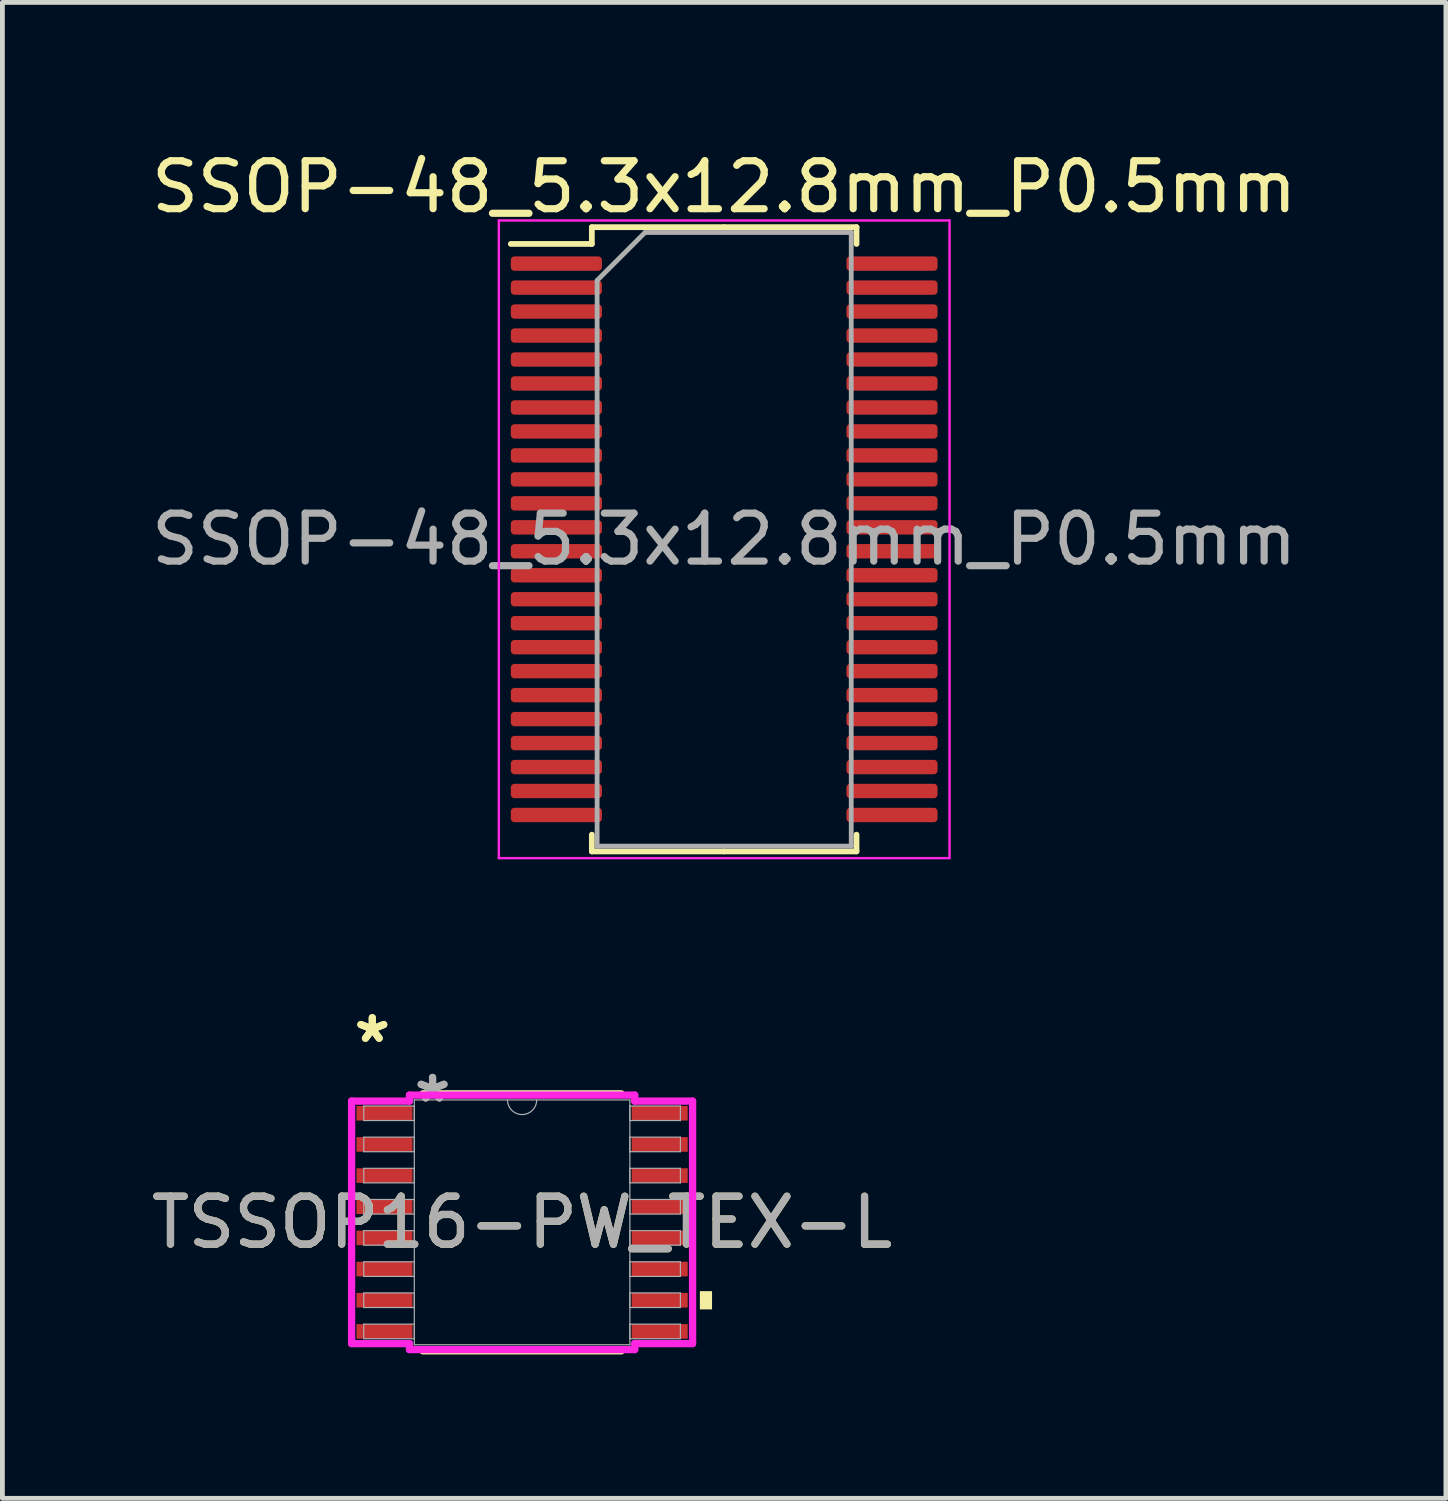
<source format=kicad_pcb>
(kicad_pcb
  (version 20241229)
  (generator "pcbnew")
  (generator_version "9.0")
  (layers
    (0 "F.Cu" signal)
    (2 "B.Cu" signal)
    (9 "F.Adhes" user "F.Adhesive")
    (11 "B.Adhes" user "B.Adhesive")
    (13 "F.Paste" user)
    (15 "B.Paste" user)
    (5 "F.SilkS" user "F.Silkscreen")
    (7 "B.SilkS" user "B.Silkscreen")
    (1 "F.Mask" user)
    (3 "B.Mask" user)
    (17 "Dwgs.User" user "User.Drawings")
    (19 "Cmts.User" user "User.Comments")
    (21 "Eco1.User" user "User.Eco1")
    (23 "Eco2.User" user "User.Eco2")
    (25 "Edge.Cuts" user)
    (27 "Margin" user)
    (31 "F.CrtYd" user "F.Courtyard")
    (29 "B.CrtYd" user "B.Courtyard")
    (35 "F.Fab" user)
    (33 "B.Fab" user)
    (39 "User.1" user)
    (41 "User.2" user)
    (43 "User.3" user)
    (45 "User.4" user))
  (footprint "SSOP-48_5.3x12.8mm_P0.5mm"
    (layer "F.Cu")
    (at 12.054 8.198)
    (property "Reference" "SSOP-48_5.3x12.8mm_P0.5mm" (at 0 -7.35 0) (layer "F.SilkS") (effects (font (size 1 1) (thickness 0.15))))
    (attr smd)
    (fp_line (start -2.76 -6.51) (end -2.76 -6.16) (stroke (width 0.12) (type solid)) (layer "F.SilkS"))
    (fp_line (start -2.76 -6.16) (end -4.45 -6.16) (stroke (width 0.12) (type solid)) (layer "F.SilkS"))
    (fp_line (start -2.76 6.51) (end -2.76 6.16) (stroke (width 0.12) (type solid)) (layer "F.SilkS"))
    (fp_line (start 0 -6.51) (end -2.76 -6.51) (stroke (width 0.12) (type solid)) (layer "F.SilkS"))
    (fp_line (start 0 -6.51) (end 2.76 -6.51) (stroke (width 0.12) (type solid)) (layer "F.SilkS"))
    (fp_line (start 0 6.51) (end -2.76 6.51) (stroke (width 0.12) (type solid)) (layer "F.SilkS"))
    (fp_line (start 0 6.51) (end 2.76 6.51) (stroke (width 0.12) (type solid)) (layer "F.SilkS"))
    (fp_line (start 2.76 -6.51) (end 2.76 -6.16) (stroke (width 0.12) (type solid)) (layer "F.SilkS"))
    (fp_line (start 2.76 6.51) (end 2.76 6.16) (stroke (width 0.12) (type solid)) (layer "F.SilkS"))
    (fp_line (start -4.7 -6.65) (end -4.7 6.65) (stroke (width 0.05) (type solid)) (layer "F.CrtYd"))
    (fp_line (start -4.7 6.65) (end 4.7 6.65) (stroke (width 0.05) (type solid)) (layer "F.CrtYd"))
    (fp_line (start 4.7 -6.65) (end -4.7 -6.65) (stroke (width 0.05) (type solid)) (layer "F.CrtYd"))
    (fp_line (start 4.7 6.65) (end 4.7 -6.65) (stroke (width 0.05) (type solid)) (layer "F.CrtYd"))
    (fp_line (start -2.65 -5.4) (end -1.65 -6.4) (stroke (width 0.1) (type solid)) (layer "F.Fab"))
    (fp_line (start -2.65 6.4) (end -2.65 -5.4) (stroke (width 0.1) (type solid)) (layer "F.Fab"))
    (fp_line (start -1.65 -6.4) (end 2.65 -6.4) (stroke (width 0.1) (type solid)) (layer "F.Fab"))
    (fp_line (start 2.65 -6.4) (end 2.65 6.4) (stroke (width 0.1) (type solid)) (layer "F.Fab"))
    (fp_line (start 2.65 6.4) (end -2.65 6.4) (stroke (width 0.1) (type solid)) (layer "F.Fab"))
    (fp_text user "${REFERENCE}" (at 0 0 0) (layer "F.Fab") (effects (font (size 1 1) (thickness 0.15))))
    (pad "1" smd roundrect (at -3.5 -5.75) (size 1.9 0.3) (layers "F.Cu" "F.Mask" "F.Paste") (roundrect_rratio 0.25))
    (pad "2" smd roundrect (at -3.5 -5.25) (size 1.9 0.3) (layers "F.Cu" "F.Mask" "F.Paste") (roundrect_rratio 0.25))
    (pad "3" smd roundrect (at -3.5 -4.75) (size 1.9 0.3) (layers "F.Cu" "F.Mask" "F.Paste") (roundrect_rratio 0.25))
    (pad "4" smd roundrect (at -3.5 -4.25) (size 1.9 0.3) (layers "F.Cu" "F.Mask" "F.Paste") (roundrect_rratio 0.25))
    (pad "5" smd roundrect (at -3.5 -3.75) (size 1.9 0.3) (layers "F.Cu" "F.Mask" "F.Paste") (roundrect_rratio 0.25))
    (pad "6" smd roundrect (at -3.5 -3.25) (size 1.9 0.3) (layers "F.Cu" "F.Mask" "F.Paste") (roundrect_rratio 0.25))
    (pad "7" smd roundrect (at -3.5 -2.75) (size 1.9 0.3) (layers "F.Cu" "F.Mask" "F.Paste") (roundrect_rratio 0.25))
    (pad "8" smd roundrect (at -3.5 -2.25) (size 1.9 0.3) (layers "F.Cu" "F.Mask" "F.Paste") (roundrect_rratio 0.25))
    (pad "9" smd roundrect (at -3.5 -1.75) (size 1.9 0.3) (layers "F.Cu" "F.Mask" "F.Paste") (roundrect_rratio 0.25))
    (pad "10" smd roundrect (at -3.5 -1.25) (size 1.9 0.3) (layers "F.Cu" "F.Mask" "F.Paste") (roundrect_rratio 0.25))
    (pad "11" smd roundrect (at -3.5 -0.75) (size 1.9 0.3) (layers "F.Cu" "F.Mask" "F.Paste") (roundrect_rratio 0.25))
    (pad "12" smd roundrect (at -3.5 -0.25) (size 1.9 0.3) (layers "F.Cu" "F.Mask" "F.Paste") (roundrect_rratio 0.25))
    (pad "13" smd roundrect (at -3.5 0.25) (size 1.9 0.3) (layers "F.Cu" "F.Mask" "F.Paste") (roundrect_rratio 0.25))
    (pad "14" smd roundrect (at -3.5 0.75) (size 1.9 0.3) (layers "F.Cu" "F.Mask" "F.Paste") (roundrect_rratio 0.25))
    (pad "15" smd roundrect (at -3.5 1.25) (size 1.9 0.3) (layers "F.Cu" "F.Mask" "F.Paste") (roundrect_rratio 0.25))
    (pad "16" smd roundrect (at -3.5 1.75) (size 1.9 0.3) (layers "F.Cu" "F.Mask" "F.Paste") (roundrect_rratio 0.25))
    (pad "17" smd roundrect (at -3.5 2.25) (size 1.9 0.3) (layers "F.Cu" "F.Mask" "F.Paste") (roundrect_rratio 0.25))
    (pad "18" smd roundrect (at -3.5 2.75) (size 1.9 0.3) (layers "F.Cu" "F.Mask" "F.Paste") (roundrect_rratio 0.25))
    (pad "19" smd roundrect (at -3.5 3.25) (size 1.9 0.3) (layers "F.Cu" "F.Mask" "F.Paste") (roundrect_rratio 0.25))
    (pad "20" smd roundrect (at -3.5 3.75) (size 1.9 0.3) (layers "F.Cu" "F.Mask" "F.Paste") (roundrect_rratio 0.25))
    (pad "21" smd roundrect (at -3.5 4.25) (size 1.9 0.3) (layers "F.Cu" "F.Mask" "F.Paste") (roundrect_rratio 0.25))
    (pad "22" smd roundrect (at -3.5 4.75) (size 1.9 0.3) (layers "F.Cu" "F.Mask" "F.Paste") (roundrect_rratio 0.25))
    (pad "23" smd roundrect (at -3.5 5.25) (size 1.9 0.3) (layers "F.Cu" "F.Mask" "F.Paste") (roundrect_rratio 0.25))
    (pad "24" smd roundrect (at -3.5 5.75) (size 1.9 0.3) (layers "F.Cu" "F.Mask" "F.Paste") (roundrect_rratio 0.25))
    (pad "25" smd roundrect (at 3.5 5.75) (size 1.9 0.3) (layers "F.Cu" "F.Mask" "F.Paste") (roundrect_rratio 0.25))
    (pad "26" smd roundrect (at 3.5 5.25) (size 1.9 0.3) (layers "F.Cu" "F.Mask" "F.Paste") (roundrect_rratio 0.25))
    (pad "27" smd roundrect (at 3.5 4.75) (size 1.9 0.3) (layers "F.Cu" "F.Mask" "F.Paste") (roundrect_rratio 0.25))
    (pad "28" smd roundrect (at 3.5 4.25) (size 1.9 0.3) (layers "F.Cu" "F.Mask" "F.Paste") (roundrect_rratio 0.25))
    (pad "29" smd roundrect (at 3.5 3.75) (size 1.9 0.3) (layers "F.Cu" "F.Mask" "F.Paste") (roundrect_rratio 0.25))
    (pad "30" smd roundrect (at 3.5 3.25) (size 1.9 0.3) (layers "F.Cu" "F.Mask" "F.Paste") (roundrect_rratio 0.25))
    (pad "31" smd roundrect (at 3.5 2.75) (size 1.9 0.3) (layers "F.Cu" "F.Mask" "F.Paste") (roundrect_rratio 0.25))
    (pad "32" smd roundrect (at 3.5 2.25) (size 1.9 0.3) (layers "F.Cu" "F.Mask" "F.Paste") (roundrect_rratio 0.25))
    (pad "33" smd roundrect (at 3.5 1.75) (size 1.9 0.3) (layers "F.Cu" "F.Mask" "F.Paste") (roundrect_rratio 0.25))
    (pad "34" smd roundrect (at 3.5 1.25) (size 1.9 0.3) (layers "F.Cu" "F.Mask" "F.Paste") (roundrect_rratio 0.25))
    (pad "35" smd roundrect (at 3.5 0.75) (size 1.9 0.3) (layers "F.Cu" "F.Mask" "F.Paste") (roundrect_rratio 0.25))
    (pad "36" smd roundrect (at 3.5 0.25) (size 1.9 0.3) (layers "F.Cu" "F.Mask" "F.Paste") (roundrect_rratio 0.25))
    (pad "37" smd roundrect (at 3.5 -0.25) (size 1.9 0.3) (layers "F.Cu" "F.Mask" "F.Paste") (roundrect_rratio 0.25))
    (pad "38" smd roundrect (at 3.5 -0.75) (size 1.9 0.3) (layers "F.Cu" "F.Mask" "F.Paste") (roundrect_rratio 0.25))
    (pad "39" smd roundrect (at 3.5 -1.25) (size 1.9 0.3) (layers "F.Cu" "F.Mask" "F.Paste") (roundrect_rratio 0.25))
    (pad "40" smd roundrect (at 3.5 -1.75) (size 1.9 0.3) (layers "F.Cu" "F.Mask" "F.Paste") (roundrect_rratio 0.25))
    (pad "41" smd roundrect (at 3.5 -2.25) (size 1.9 0.3) (layers "F.Cu" "F.Mask" "F.Paste") (roundrect_rratio 0.25))
    (pad "42" smd roundrect (at 3.5 -2.75) (size 1.9 0.3) (layers "F.Cu" "F.Mask" "F.Paste") (roundrect_rratio 0.25))
    (pad "43" smd roundrect (at 3.5 -3.25) (size 1.9 0.3) (layers "F.Cu" "F.Mask" "F.Paste") (roundrect_rratio 0.25))
    (pad "44" smd roundrect (at 3.5 -3.75) (size 1.9 0.3) (layers "F.Cu" "F.Mask" "F.Paste") (roundrect_rratio 0.25))
    (pad "45" smd roundrect (at 3.5 -4.25) (size 1.9 0.3) (layers "F.Cu" "F.Mask" "F.Paste") (roundrect_rratio 0.25))
    (pad "46" smd roundrect (at 3.5 -4.75) (size 1.9 0.3) (layers "F.Cu" "F.Mask" "F.Paste") (roundrect_rratio 0.25))
    (pad "47" smd roundrect (at 3.5 -5.25) (size 1.9 0.3) (layers "F.Cu" "F.Mask" "F.Paste") (roundrect_rratio 0.25))
    (pad "48" smd roundrect (at 3.5 -5.75) (size 1.9 0.3) (layers "F.Cu" "F.Mask" "F.Paste") (roundrect_rratio 0.25)))
  (footprint "TSSOP16-PW_TEX-L"
    (layer "F.Cu")
    (at 7.839 22.444)
    (property "Reference" "TSSOP16-PW_TEX-L" (at 0 0 0) (unlocked yes) (layer "F.SilkS") (effects (font (size 1 1) (thickness 0.15))))
    (attr smd)
    (fp_line (start -2.069 2.68) (end 2.069 2.68) (stroke (width 0.152) (type solid)) (layer "F.SilkS"))
    (fp_line (start 2.069 -2.68) (end -2.069 -2.68) (stroke (width 0.152) (type solid)) (layer "F.SilkS"))
    (fp_poly (pts (xy 3.962 1.435) (xy 3.962 1.816) (xy 3.708 1.816) (xy 3.708 1.435)) (stroke (width 0) (type solid)) (fill yes) (layer "F.SilkS"))
    (fp_line (start -3.556 -2.529) (end -2.349 -2.529) (stroke (width 0.152) (type solid)) (layer "F.CrtYd"))
    (fp_line (start -3.556 2.529) (end -3.556 -2.529) (stroke (width 0.152) (type solid)) (layer "F.CrtYd"))
    (fp_line (start -3.556 2.529) (end -2.349 2.529) (stroke (width 0.152) (type solid)) (layer "F.CrtYd"))
    (fp_line (start -2.349 -2.654) (end 2.349 -2.654) (stroke (width 0.152) (type solid)) (layer "F.CrtYd"))
    (fp_line (start -2.349 -2.529) (end -2.349 -2.654) (stroke (width 0.152) (type solid)) (layer "F.CrtYd"))
    (fp_line (start -2.349 2.654) (end -2.349 2.529) (stroke (width 0.152) (type solid)) (layer "F.CrtYd"))
    (fp_line (start 2.349 -2.654) (end 2.349 -2.529) (stroke (width 0.152) (type solid)) (layer "F.CrtYd"))
    (fp_line (start 2.349 2.529) (end 2.349 2.654) (stroke (width 0.152) (type solid)) (layer "F.CrtYd"))
    (fp_line (start 2.349 2.654) (end -2.349 2.654) (stroke (width 0.152) (type solid)) (layer "F.CrtYd"))
    (fp_line (start 3.556 -2.529) (end 2.349 -2.529) (stroke (width 0.152) (type solid)) (layer "F.CrtYd"))
    (fp_line (start 3.556 -2.529) (end 3.556 2.529) (stroke (width 0.152) (type solid)) (layer "F.CrtYd"))
    (fp_line (start 3.556 2.529) (end 2.349 2.529) (stroke (width 0.152) (type solid)) (layer "F.CrtYd"))
    (fp_line (start -3.302 -2.427) (end -3.302 -2.123) (stroke (width 0.025) (type solid)) (layer "F.Fab"))
    (fp_line (start -3.302 -2.123) (end -2.248 -2.123) (stroke (width 0.025) (type solid)) (layer "F.Fab"))
    (fp_line (start -3.302 -1.777) (end -3.302 -1.473) (stroke (width 0.025) (type solid)) (layer "F.Fab"))
    (fp_line (start -3.302 -1.473) (end -2.248 -1.473) (stroke (width 0.025) (type solid)) (layer "F.Fab"))
    (fp_line (start -3.302 -1.127) (end -3.302 -0.823) (stroke (width 0.025) (type solid)) (layer "F.Fab"))
    (fp_line (start -3.302 -0.823) (end -2.248 -0.823) (stroke (width 0.025) (type solid)) (layer "F.Fab"))
    (fp_line (start -3.302 -0.477) (end -3.302 -0.173) (stroke (width 0.025) (type solid)) (layer "F.Fab"))
    (fp_line (start -3.302 -0.173) (end -2.248 -0.173) (stroke (width 0.025) (type solid)) (layer "F.Fab"))
    (fp_line (start -3.302 0.173) (end -3.302 0.477) (stroke (width 0.025) (type solid)) (layer "F.Fab"))
    (fp_line (start -3.302 0.477) (end -2.248 0.477) (stroke (width 0.025) (type solid)) (layer "F.Fab"))
    (fp_line (start -3.302 0.823) (end -3.302 1.127) (stroke (width 0.025) (type solid)) (layer "F.Fab"))
    (fp_line (start -3.302 1.127) (end -2.248 1.127) (stroke (width 0.025) (type solid)) (layer "F.Fab"))
    (fp_line (start -3.302 1.473) (end -3.302 1.777) (stroke (width 0.025) (type solid)) (layer "F.Fab"))
    (fp_line (start -3.302 1.777) (end -2.248 1.777) (stroke (width 0.025) (type solid)) (layer "F.Fab"))
    (fp_line (start -3.302 2.123) (end -3.302 2.427) (stroke (width 0.025) (type solid)) (layer "F.Fab"))
    (fp_line (start -3.302 2.427) (end -2.248 2.427) (stroke (width 0.025) (type solid)) (layer "F.Fab"))
    (fp_line (start -2.248 -2.553) (end -2.248 2.553) (stroke (width 0.025) (type solid)) (layer "F.Fab"))
    (fp_line (start -2.248 -2.427) (end -3.302 -2.427) (stroke (width 0.025) (type solid)) (layer "F.Fab"))
    (fp_line (start -2.248 -2.123) (end -2.248 -2.427) (stroke (width 0.025) (type solid)) (layer "F.Fab"))
    (fp_line (start -2.248 -1.777) (end -3.302 -1.777) (stroke (width 0.025) (type solid)) (layer "F.Fab"))
    (fp_line (start -2.248 -1.473) (end -2.248 -1.777) (stroke (width 0.025) (type solid)) (layer "F.Fab"))
    (fp_line (start -2.248 -1.127) (end -3.302 -1.127) (stroke (width 0.025) (type solid)) (layer "F.Fab"))
    (fp_line (start -2.248 -0.823) (end -2.248 -1.127) (stroke (width 0.025) (type solid)) (layer "F.Fab"))
    (fp_line (start -2.248 -0.477) (end -3.302 -0.477) (stroke (width 0.025) (type solid)) (layer "F.Fab"))
    (fp_line (start -2.248 -0.173) (end -2.248 -0.477) (stroke (width 0.025) (type solid)) (layer "F.Fab"))
    (fp_line (start -2.248 0.173) (end -3.302 0.173) (stroke (width 0.025) (type solid)) (layer "F.Fab"))
    (fp_line (start -2.248 0.477) (end -2.248 0.173) (stroke (width 0.025) (type solid)) (layer "F.Fab"))
    (fp_line (start -2.248 0.823) (end -3.302 0.823) (stroke (width 0.025) (type solid)) (layer "F.Fab"))
    (fp_line (start -2.248 1.127) (end -2.248 0.823) (stroke (width 0.025) (type solid)) (layer "F.Fab"))
    (fp_line (start -2.248 1.473) (end -3.302 1.473) (stroke (width 0.025) (type solid)) (layer "F.Fab"))
    (fp_line (start -2.248 1.777) (end -2.248 1.473) (stroke (width 0.025) (type solid)) (layer "F.Fab"))
    (fp_line (start -2.248 2.123) (end -3.302 2.123) (stroke (width 0.025) (type solid)) (layer "F.Fab"))
    (fp_line (start -2.248 2.427) (end -2.248 2.123) (stroke (width 0.025) (type solid)) (layer "F.Fab"))
    (fp_line (start -2.248 2.553) (end 2.248 2.553) (stroke (width 0.025) (type solid)) (layer "F.Fab"))
    (fp_line (start 2.248 -2.553) (end -2.248 -2.553) (stroke (width 0.025) (type solid)) (layer "F.Fab"))
    (fp_line (start 2.248 -2.427) (end 2.248 -2.123) (stroke (width 0.025) (type solid)) (layer "F.Fab"))
    (fp_line (start 2.248 -2.123) (end 3.302 -2.123) (stroke (width 0.025) (type solid)) (layer "F.Fab"))
    (fp_line (start 2.248 -1.777) (end 2.248 -1.473) (stroke (width 0.025) (type solid)) (layer "F.Fab"))
    (fp_line (start 2.248 -1.473) (end 3.302 -1.473) (stroke (width 0.025) (type solid)) (layer "F.Fab"))
    (fp_line (start 2.248 -1.127) (end 2.248 -0.823) (stroke (width 0.025) (type solid)) (layer "F.Fab"))
    (fp_line (start 2.248 -0.823) (end 3.302 -0.823) (stroke (width 0.025) (type solid)) (layer "F.Fab"))
    (fp_line (start 2.248 -0.477) (end 2.248 -0.173) (stroke (width 0.025) (type solid)) (layer "F.Fab"))
    (fp_line (start 2.248 -0.173) (end 3.302 -0.173) (stroke (width 0.025) (type solid)) (layer "F.Fab"))
    (fp_line (start 2.248 0.173) (end 2.248 0.477) (stroke (width 0.025) (type solid)) (layer "F.Fab"))
    (fp_line (start 2.248 0.477) (end 3.302 0.477) (stroke (width 0.025) (type solid)) (layer "F.Fab"))
    (fp_line (start 2.248 0.823) (end 2.248 1.127) (stroke (width 0.025) (type solid)) (layer "F.Fab"))
    (fp_line (start 2.248 1.127) (end 3.302 1.127) (stroke (width 0.025) (type solid)) (layer "F.Fab"))
    (fp_line (start 2.248 1.473) (end 2.248 1.777) (stroke (width 0.025) (type solid)) (layer "F.Fab"))
    (fp_line (start 2.248 1.777) (end 3.302 1.777) (stroke (width 0.025) (type solid)) (layer "F.Fab"))
    (fp_line (start 2.248 2.123) (end 2.248 2.427) (stroke (width 0.025) (type solid)) (layer "F.Fab"))
    (fp_line (start 2.248 2.427) (end 3.302 2.427) (stroke (width 0.025) (type solid)) (layer "F.Fab"))
    (fp_line (start 2.248 2.553) (end 2.248 -2.553) (stroke (width 0.025) (type solid)) (layer "F.Fab"))
    (fp_line (start 3.302 -2.427) (end 2.248 -2.427) (stroke (width 0.025) (type solid)) (layer "F.Fab"))
    (fp_line (start 3.302 -2.123) (end 3.302 -2.427) (stroke (width 0.025) (type solid)) (layer "F.Fab"))
    (fp_line (start 3.302 -1.777) (end 2.248 -1.777) (stroke (width 0.025) (type solid)) (layer "F.Fab"))
    (fp_line (start 3.302 -1.473) (end 3.302 -1.777) (stroke (width 0.025) (type solid)) (layer "F.Fab"))
    (fp_line (start 3.302 -1.127) (end 2.248 -1.127) (stroke (width 0.025) (type solid)) (layer "F.Fab"))
    (fp_line (start 3.302 -0.823) (end 3.302 -1.127) (stroke (width 0.025) (type solid)) (layer "F.Fab"))
    (fp_line (start 3.302 -0.477) (end 2.248 -0.477) (stroke (width 0.025) (type solid)) (layer "F.Fab"))
    (fp_line (start 3.302 -0.173) (end 3.302 -0.477) (stroke (width 0.025) (type solid)) (layer "F.Fab"))
    (fp_line (start 3.302 0.173) (end 2.248 0.173) (stroke (width 0.025) (type solid)) (layer "F.Fab"))
    (fp_line (start 3.302 0.477) (end 3.302 0.173) (stroke (width 0.025) (type solid)) (layer "F.Fab"))
    (fp_line (start 3.302 0.823) (end 2.248 0.823) (stroke (width 0.025) (type solid)) (layer "F.Fab"))
    (fp_line (start 3.302 1.127) (end 3.302 0.823) (stroke (width 0.025) (type solid)) (layer "F.Fab"))
    (fp_line (start 3.302 1.473) (end 2.248 1.473) (stroke (width 0.025) (type solid)) (layer "F.Fab"))
    (fp_line (start 3.302 1.777) (end 3.302 1.473) (stroke (width 0.025) (type solid)) (layer "F.Fab"))
    (fp_line (start 3.302 2.123) (end 2.248 2.123) (stroke (width 0.025) (type solid)) (layer "F.Fab"))
    (fp_line (start 3.302 2.427) (end 3.302 2.123) (stroke (width 0.025) (type solid)) (layer "F.Fab"))
    (fp_arc (start 0.3048 -2.5527) (mid 0 -2.2479) (end -0.3048 -2.5527) (stroke (width 0.0254) (type solid)) (layer "F.Fab"))
    (fp_text user "*" (at -3.124 -3.723 0) (layer "F.SilkS") (effects (font (size 1 1) (thickness 0.15))))
    (fp_text user "*" (at -3.124 -3.723 0) (unlocked yes) (layer "F.SilkS") (effects (font (size 1 1) (thickness 0.15))))
    (fp_text user "*" (at -1.867 -2.477 0) (layer "F.Fab") (effects (font (size 1 1) (thickness 0.15))))
    (fp_text user "${REFERENCE}" (at 0 0 0) (unlocked yes) (layer "F.Fab") (effects (font (size 1 1) (thickness 0.15))))
    (fp_text user "*" (at -1.867 -2.477 0) (unlocked yes) (layer "F.Fab") (effects (font (size 1 1) (thickness 0.15))))
    (pad "1" smd rect (at -2.87 -2.275) (size 1.168 0.305) (layers "F.Cu" "F.Mask" "F.Paste"))
    (pad "2" smd rect (at -2.87 -1.625) (size 1.168 0.305) (layers "F.Cu" "F.Mask" "F.Paste"))
    (pad "3" smd rect (at -2.87 -0.975) (size 1.168 0.305) (layers "F.Cu" "F.Mask" "F.Paste"))
    (pad "4" smd rect (at -2.87 -0.325) (size 1.168 0.305) (layers "F.Cu" "F.Mask" "F.Paste"))
    (pad "5" smd rect (at -2.87 0.325) (size 1.168 0.305) (layers "F.Cu" "F.Mask" "F.Paste"))
    (pad "6" smd rect (at -2.87 0.975) (size 1.168 0.305) (layers "F.Cu" "F.Mask" "F.Paste"))
    (pad "7" smd rect (at -2.87 1.625) (size 1.168 0.305) (layers "F.Cu" "F.Mask" "F.Paste"))
    (pad "8" smd rect (at -2.87 2.275) (size 1.168 0.305) (layers "F.Cu" "F.Mask" "F.Paste"))
    (pad "9" smd rect (at 2.87 2.275) (size 1.168 0.305) (layers "F.Cu" "F.Mask" "F.Paste"))
    (pad "10" smd rect (at 2.87 1.625) (size 1.168 0.305) (layers "F.Cu" "F.Mask" "F.Paste"))
    (pad "11" smd rect (at 2.87 0.975) (size 1.168 0.305) (layers "F.Cu" "F.Mask" "F.Paste"))
    (pad "12" smd rect (at 2.87 0.325) (size 1.168 0.305) (layers "F.Cu" "F.Mask" "F.Paste"))
    (pad "13" smd rect (at 2.87 -0.325) (size 1.168 0.305) (layers "F.Cu" "F.Mask" "F.Paste"))
    (pad "14" smd rect (at 2.87 -0.975) (size 1.168 0.305) (layers "F.Cu" "F.Mask" "F.Paste"))
    (pad "15" smd rect (at 2.87 -1.625) (size 1.168 0.305) (layers "F.Cu" "F.Mask" "F.Paste"))
    (pad "16" smd rect (at 2.87 -2.275) (size 1.168 0.305) (layers "F.Cu" "F.Mask" "F.Paste")))
  (gr_rect
    (start -3 -3)
    (end 27.107 28.2)
    (stroke (width 0.1) (type default))
    (fill no)
    (layer "Edge.Cuts")))
</source>
